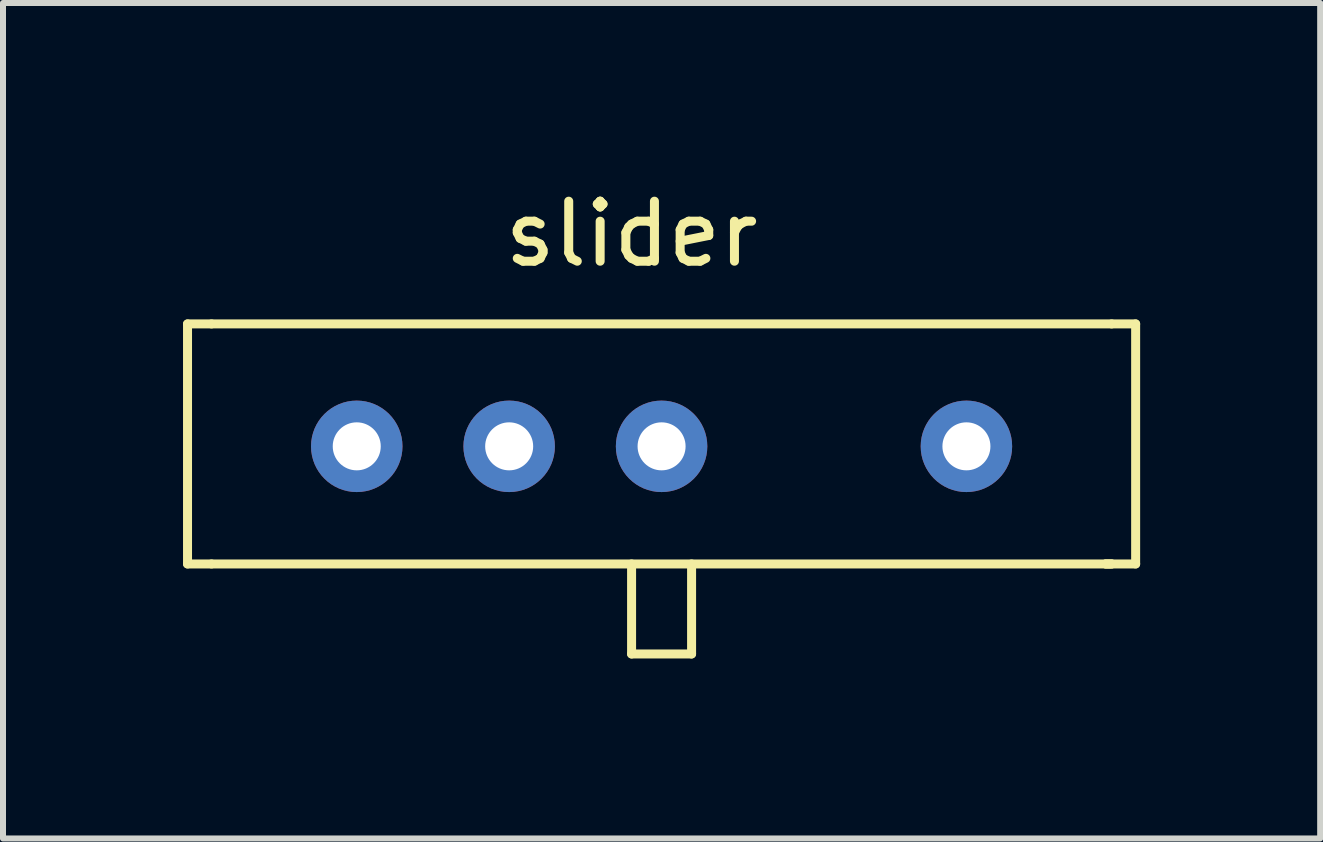
<source format=kicad_pcb>
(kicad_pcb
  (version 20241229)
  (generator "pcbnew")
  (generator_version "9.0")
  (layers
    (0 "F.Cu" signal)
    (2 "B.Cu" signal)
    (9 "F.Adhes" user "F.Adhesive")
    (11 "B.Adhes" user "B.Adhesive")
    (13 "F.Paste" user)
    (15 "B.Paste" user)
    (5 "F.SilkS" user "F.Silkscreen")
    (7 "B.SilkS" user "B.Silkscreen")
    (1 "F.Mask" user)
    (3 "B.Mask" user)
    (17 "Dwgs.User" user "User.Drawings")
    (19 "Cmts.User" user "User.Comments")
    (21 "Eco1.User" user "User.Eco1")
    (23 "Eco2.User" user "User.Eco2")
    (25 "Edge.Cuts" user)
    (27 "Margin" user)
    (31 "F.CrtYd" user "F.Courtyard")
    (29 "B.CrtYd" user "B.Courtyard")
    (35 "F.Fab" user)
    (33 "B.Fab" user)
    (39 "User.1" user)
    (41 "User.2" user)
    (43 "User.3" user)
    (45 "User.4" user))
  (footprint "slider"
    (layer "F.Cu")
    (at 7.975 1.848)
    (property "Reference" "slider" (at -0.5 -1 0) (layer "F.SilkS") (effects (font (size 1 1) (thickness 0.15))))
    (attr through_hole)
    (fp_line (start -7.9 0.5) (end -7.9 4.5) (stroke (width 0.15) (type solid)) (layer "F.SilkS"))
    (fp_line (start -7.9 4.5) (end -7.5 4.5) (stroke (width 0.15) (type solid)) (layer "F.SilkS"))
    (fp_line (start -7.5 0.5) (end -7.9 0.5) (stroke (width 0.15) (type solid)) (layer "F.SilkS"))
    (fp_line (start -7.5 0.5) (end 7.5 0.5) (stroke (width 0.15) (type solid)) (layer "F.SilkS"))
    (fp_line (start -0.5 4.5) (end -0.5 6) (stroke (width 0.15) (type solid)) (layer "F.SilkS"))
    (fp_line (start -0.5 6) (end 0.5 6) (stroke (width 0.15) (type solid)) (layer "F.SilkS"))
    (fp_line (start 0.5 6) (end 0.5 4.5) (stroke (width 0.15) (type solid)) (layer "F.SilkS"))
    (fp_line (start 7.4 4.5) (end 7.5 4.5) (stroke (width 0.15) (type solid)) (layer "F.SilkS"))
    (fp_line (start 7.5 0.5) (end 7.9 0.5) (stroke (width 0.15) (type solid)) (layer "F.SilkS"))
    (fp_line (start 7.5 4.5) (end -7.5 4.5) (stroke (width 0.15) (type solid)) (layer "F.SilkS"))
    (fp_line (start 7.9 0.5) (end 7.9 4.5) (stroke (width 0.15) (type solid)) (layer "F.SilkS"))
    (fp_line (start 7.9 4.5) (end 7.4 4.5) (stroke (width 0.15) (type solid)) (layer "F.SilkS"))
    (pad "1" thru_hole circle (at -5.08 2.54) (size 1.524 1.524) (drill 0.8) (layers "*.Cu" "*.Mask"))
    (pad "2" thru_hole circle (at -2.54 2.54) (size 1.524 1.524) (drill 0.8) (layers "*.Cu" "*.Mask"))
    (pad "3" thru_hole circle (at 0 2.54) (size 1.524 1.524) (drill 0.8) (layers "*.Cu" "*.Mask"))
    (pad "4" thru_hole circle (at 5.08 2.54) (size 1.524 1.524) (drill 0.8) (layers "*.Cu" "*.Mask")))
  (gr_rect
    (start -3 -3)
    (end 18.95 10.923)
    (stroke (width 0.1) (type default))
    (fill no)
    (layer "Edge.Cuts")))
</source>
